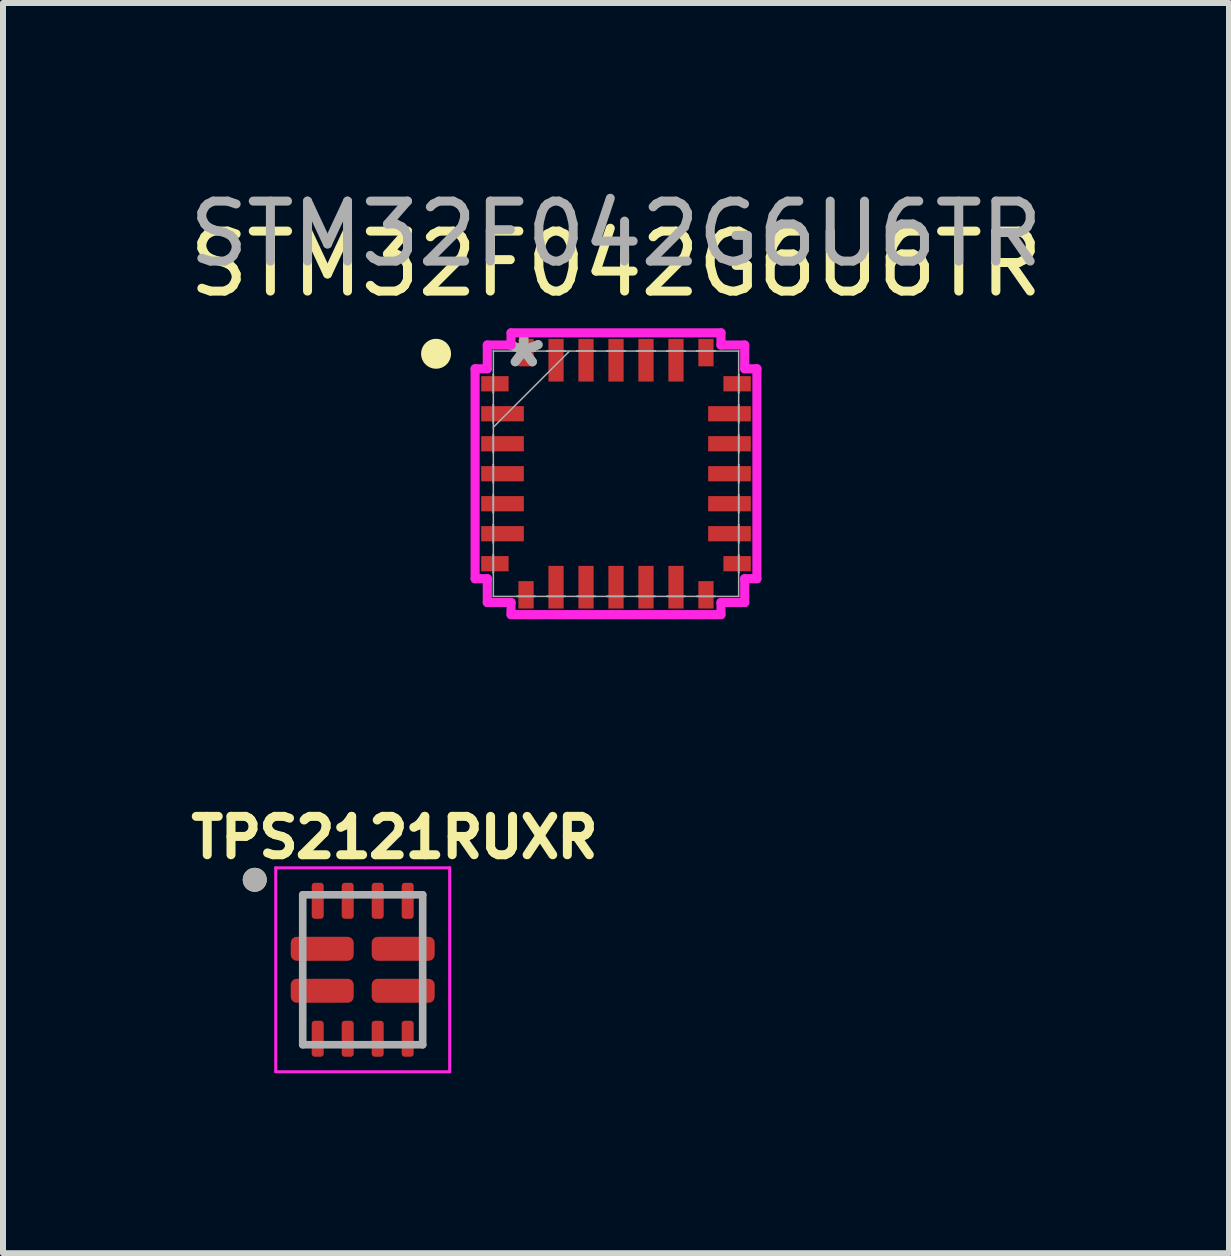
<source format=kicad_pcb>
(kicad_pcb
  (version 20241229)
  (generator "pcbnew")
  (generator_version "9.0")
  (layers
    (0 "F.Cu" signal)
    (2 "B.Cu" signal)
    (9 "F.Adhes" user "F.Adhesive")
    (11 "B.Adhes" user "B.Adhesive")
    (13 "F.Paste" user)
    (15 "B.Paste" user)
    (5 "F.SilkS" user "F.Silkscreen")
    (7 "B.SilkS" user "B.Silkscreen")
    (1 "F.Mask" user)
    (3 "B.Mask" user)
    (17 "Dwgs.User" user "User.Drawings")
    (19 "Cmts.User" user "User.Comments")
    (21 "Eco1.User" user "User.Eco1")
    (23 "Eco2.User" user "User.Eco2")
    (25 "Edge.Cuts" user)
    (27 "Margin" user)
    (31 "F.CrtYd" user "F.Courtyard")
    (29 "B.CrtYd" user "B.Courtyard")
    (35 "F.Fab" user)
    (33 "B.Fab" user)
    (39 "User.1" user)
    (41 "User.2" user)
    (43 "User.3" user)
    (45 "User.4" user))
  (footprint "STM32F042G6U6TR"
    (layer "F.Cu")
    (at 7.22 4.848)
    (property "Reference" "STM32F042G6U6TR" (at 0 -3.5 0) (unlocked yes) (layer "F.SilkS") (effects (font (size 1 1) (thickness 0.15))))
    (attr smd)
    (fp_circle (center -3 -2) (end -2.875 -2) (stroke (width 0.25) (type solid)) (fill no) (layer "F.SilkS"))
    (fp_line (start -2.349 -1.75) (end -2.146 -1.75) (stroke (width 0.152) (type solid)) (layer "F.CrtYd"))
    (fp_line (start -2.349 1.75) (end -2.349 -1.75) (stroke (width 0.152) (type solid)) (layer "F.CrtYd"))
    (fp_line (start -2.146 -2.146) (end -1.75 -2.146) (stroke (width 0.152) (type solid)) (layer "F.CrtYd"))
    (fp_line (start -2.146 -1.75) (end -2.146 -2.146) (stroke (width 0.152) (type solid)) (layer "F.CrtYd"))
    (fp_line (start -2.146 1.75) (end -2.349 1.75) (stroke (width 0.152) (type solid)) (layer "F.CrtYd"))
    (fp_line (start -2.146 2.146) (end -2.146 1.75) (stroke (width 0.152) (type solid)) (layer "F.CrtYd"))
    (fp_line (start -1.75 -2.349) (end 1.75 -2.349) (stroke (width 0.152) (type solid)) (layer "F.CrtYd"))
    (fp_line (start -1.75 -2.146) (end -1.75 -2.349) (stroke (width 0.152) (type solid)) (layer "F.CrtYd"))
    (fp_line (start -1.75 2.146) (end -2.146 2.146) (stroke (width 0.152) (type solid)) (layer "F.CrtYd"))
    (fp_line (start -1.75 2.349) (end -1.75 2.146) (stroke (width 0.152) (type solid)) (layer "F.CrtYd"))
    (fp_line (start 1.75 -2.349) (end 1.75 -2.146) (stroke (width 0.152) (type solid)) (layer "F.CrtYd"))
    (fp_line (start 1.75 -2.146) (end 2.146 -2.146) (stroke (width 0.152) (type solid)) (layer "F.CrtYd"))
    (fp_line (start 1.75 2.146) (end 1.75 2.349) (stroke (width 0.152) (type solid)) (layer "F.CrtYd"))
    (fp_line (start 1.75 2.349) (end -1.75 2.349) (stroke (width 0.152) (type solid)) (layer "F.CrtYd"))
    (fp_line (start 2.146 -2.146) (end 2.146 -1.75) (stroke (width 0.152) (type solid)) (layer "F.CrtYd"))
    (fp_line (start 2.146 -1.75) (end 2.349 -1.75) (stroke (width 0.152) (type solid)) (layer "F.CrtYd"))
    (fp_line (start 2.146 1.75) (end 2.146 2.146) (stroke (width 0.152) (type solid)) (layer "F.CrtYd"))
    (fp_line (start 2.146 2.146) (end 1.75 2.146) (stroke (width 0.152) (type solid)) (layer "F.CrtYd"))
    (fp_line (start 2.349 -1.75) (end 2.349 1.75) (stroke (width 0.152) (type solid)) (layer "F.CrtYd"))
    (fp_line (start 2.349 1.75) (end 2.146 1.75) (stroke (width 0.152) (type solid)) (layer "F.CrtYd"))
    (fp_line (start -2.045 -2.045) (end -2.045 -2.045) (stroke (width 0.025) (type solid)) (layer "F.Fab"))
    (fp_line (start -2.045 -2.045) (end -2.045 2.045) (stroke (width 0.025) (type solid)) (layer "F.Fab"))
    (fp_line (start -2.045 -1.652) (end -2.045 -1.652) (stroke (width 0.025) (type solid)) (layer "F.Fab"))
    (fp_line (start -2.045 -1.652) (end -2.045 -1.348) (stroke (width 0.025) (type solid)) (layer "F.Fab"))
    (fp_line (start -2.045 -1.348) (end -2.045 -1.652) (stroke (width 0.025) (type solid)) (layer "F.Fab"))
    (fp_line (start -2.045 -1.348) (end -2.045 -1.348) (stroke (width 0.025) (type solid)) (layer "F.Fab"))
    (fp_line (start -2.045 -1.152) (end -2.045 -1.152) (stroke (width 0.025) (type solid)) (layer "F.Fab"))
    (fp_line (start -2.045 -1.152) (end -2.045 -0.848) (stroke (width 0.025) (type solid)) (layer "F.Fab"))
    (fp_line (start -2.045 -0.848) (end -2.045 -1.152) (stroke (width 0.025) (type solid)) (layer "F.Fab"))
    (fp_line (start -2.045 -0.848) (end -2.045 -0.848) (stroke (width 0.025) (type solid)) (layer "F.Fab"))
    (fp_line (start -2.045 -0.775) (end -0.775 -2.045) (stroke (width 0.025) (type solid)) (layer "F.Fab"))
    (fp_line (start -2.045 -0.652) (end -2.045 -0.652) (stroke (width 0.025) (type solid)) (layer "F.Fab"))
    (fp_line (start -2.045 -0.652) (end -2.045 -0.348) (stroke (width 0.025) (type solid)) (layer "F.Fab"))
    (fp_line (start -2.045 -0.348) (end -2.045 -0.652) (stroke (width 0.025) (type solid)) (layer "F.Fab"))
    (fp_line (start -2.045 -0.348) (end -2.045 -0.348) (stroke (width 0.025) (type solid)) (layer "F.Fab"))
    (fp_line (start -2.045 -0.152) (end -2.045 -0.152) (stroke (width 0.025) (type solid)) (layer "F.Fab"))
    (fp_line (start -2.045 -0.152) (end -2.045 0.152) (stroke (width 0.025) (type solid)) (layer "F.Fab"))
    (fp_line (start -2.045 0.152) (end -2.045 -0.152) (stroke (width 0.025) (type solid)) (layer "F.Fab"))
    (fp_line (start -2.045 0.152) (end -2.045 0.152) (stroke (width 0.025) (type solid)) (layer "F.Fab"))
    (fp_line (start -2.045 0.348) (end -2.045 0.348) (stroke (width 0.025) (type solid)) (layer "F.Fab"))
    (fp_line (start -2.045 0.348) (end -2.045 0.652) (stroke (width 0.025) (type solid)) (layer "F.Fab"))
    (fp_line (start -2.045 0.652) (end -2.045 0.348) (stroke (width 0.025) (type solid)) (layer "F.Fab"))
    (fp_line (start -2.045 0.652) (end -2.045 0.652) (stroke (width 0.025) (type solid)) (layer "F.Fab"))
    (fp_line (start -2.045 0.848) (end -2.045 0.848) (stroke (width 0.025) (type solid)) (layer "F.Fab"))
    (fp_line (start -2.045 0.848) (end -2.045 1.152) (stroke (width 0.025) (type solid)) (layer "F.Fab"))
    (fp_line (start -2.045 1.152) (end -2.045 0.848) (stroke (width 0.025) (type solid)) (layer "F.Fab"))
    (fp_line (start -2.045 1.152) (end -2.045 1.152) (stroke (width 0.025) (type solid)) (layer "F.Fab"))
    (fp_line (start -2.045 1.348) (end -2.045 1.348) (stroke (width 0.025) (type solid)) (layer "F.Fab"))
    (fp_line (start -2.045 1.348) (end -2.045 1.652) (stroke (width 0.025) (type solid)) (layer "F.Fab"))
    (fp_line (start -2.045 1.652) (end -2.045 1.348) (stroke (width 0.025) (type solid)) (layer "F.Fab"))
    (fp_line (start -2.045 1.652) (end -2.045 1.652) (stroke (width 0.025) (type solid)) (layer "F.Fab"))
    (fp_line (start -2.045 2.045) (end -2.045 2.045) (stroke (width 0.025) (type solid)) (layer "F.Fab"))
    (fp_line (start -2.045 2.045) (end 2.045 2.045) (stroke (width 0.025) (type solid)) (layer "F.Fab"))
    (fp_line (start -1.652 -2.045) (end -1.652 -2.045) (stroke (width 0.025) (type solid)) (layer "F.Fab"))
    (fp_line (start -1.652 -2.045) (end -1.348 -2.045) (stroke (width 0.025) (type solid)) (layer "F.Fab"))
    (fp_line (start -1.652 2.045) (end -1.652 2.045) (stroke (width 0.025) (type solid)) (layer "F.Fab"))
    (fp_line (start -1.652 2.045) (end -1.348 2.045) (stroke (width 0.025) (type solid)) (layer "F.Fab"))
    (fp_line (start -1.348 -2.045) (end -1.652 -2.045) (stroke (width 0.025) (type solid)) (layer "F.Fab"))
    (fp_line (start -1.348 -2.045) (end -1.348 -2.045) (stroke (width 0.025) (type solid)) (layer "F.Fab"))
    (fp_line (start -1.348 2.045) (end -1.652 2.045) (stroke (width 0.025) (type solid)) (layer "F.Fab"))
    (fp_line (start -1.348 2.045) (end -1.348 2.045) (stroke (width 0.025) (type solid)) (layer "F.Fab"))
    (fp_line (start -1.152 -2.045) (end -1.152 -2.045) (stroke (width 0.025) (type solid)) (layer "F.Fab"))
    (fp_line (start -1.152 -2.045) (end -0.848 -2.045) (stroke (width 0.025) (type solid)) (layer "F.Fab"))
    (fp_line (start -1.152 2.045) (end -1.152 2.045) (stroke (width 0.025) (type solid)) (layer "F.Fab"))
    (fp_line (start -1.152 2.045) (end -0.848 2.045) (stroke (width 0.025) (type solid)) (layer "F.Fab"))
    (fp_line (start -0.848 -2.045) (end -1.152 -2.045) (stroke (width 0.025) (type solid)) (layer "F.Fab"))
    (fp_line (start -0.848 -2.045) (end -0.848 -2.045) (stroke (width 0.025) (type solid)) (layer "F.Fab"))
    (fp_line (start -0.848 2.045) (end -1.152 2.045) (stroke (width 0.025) (type solid)) (layer "F.Fab"))
    (fp_line (start -0.848 2.045) (end -0.848 2.045) (stroke (width 0.025) (type solid)) (layer "F.Fab"))
    (fp_line (start -0.652 -2.045) (end -0.652 -2.045) (stroke (width 0.025) (type solid)) (layer "F.Fab"))
    (fp_line (start -0.652 -2.045) (end -0.348 -2.045) (stroke (width 0.025) (type solid)) (layer "F.Fab"))
    (fp_line (start -0.652 2.045) (end -0.652 2.045) (stroke (width 0.025) (type solid)) (layer "F.Fab"))
    (fp_line (start -0.652 2.045) (end -0.348 2.045) (stroke (width 0.025) (type solid)) (layer "F.Fab"))
    (fp_line (start -0.348 -2.045) (end -0.652 -2.045) (stroke (width 0.025) (type solid)) (layer "F.Fab"))
    (fp_line (start -0.348 -2.045) (end -0.348 -2.045) (stroke (width 0.025) (type solid)) (layer "F.Fab"))
    (fp_line (start -0.348 2.045) (end -0.652 2.045) (stroke (width 0.025) (type solid)) (layer "F.Fab"))
    (fp_line (start -0.348 2.045) (end -0.348 2.045) (stroke (width 0.025) (type solid)) (layer "F.Fab"))
    (fp_line (start -0.152 -2.045) (end -0.152 -2.045) (stroke (width 0.025) (type solid)) (layer "F.Fab"))
    (fp_line (start -0.152 -2.045) (end 0.152 -2.045) (stroke (width 0.025) (type solid)) (layer "F.Fab"))
    (fp_line (start -0.152 2.045) (end -0.152 2.045) (stroke (width 0.025) (type solid)) (layer "F.Fab"))
    (fp_line (start -0.152 2.045) (end 0.152 2.045) (stroke (width 0.025) (type solid)) (layer "F.Fab"))
    (fp_line (start 0.152 -2.045) (end -0.152 -2.045) (stroke (width 0.025) (type solid)) (layer "F.Fab"))
    (fp_line (start 0.152 -2.045) (end 0.152 -2.045) (stroke (width 0.025) (type solid)) (layer "F.Fab"))
    (fp_line (start 0.152 2.045) (end -0.152 2.045) (stroke (width 0.025) (type solid)) (layer "F.Fab"))
    (fp_line (start 0.152 2.045) (end 0.152 2.045) (stroke (width 0.025) (type solid)) (layer "F.Fab"))
    (fp_line (start 0.348 -2.045) (end 0.348 -2.045) (stroke (width 0.025) (type solid)) (layer "F.Fab"))
    (fp_line (start 0.348 -2.045) (end 0.652 -2.045) (stroke (width 0.025) (type solid)) (layer "F.Fab"))
    (fp_line (start 0.348 2.045) (end 0.348 2.045) (stroke (width 0.025) (type solid)) (layer "F.Fab"))
    (fp_line (start 0.348 2.045) (end 0.652 2.045) (stroke (width 0.025) (type solid)) (layer "F.Fab"))
    (fp_line (start 0.652 -2.045) (end 0.348 -2.045) (stroke (width 0.025) (type solid)) (layer "F.Fab"))
    (fp_line (start 0.652 -2.045) (end 0.652 -2.045) (stroke (width 0.025) (type solid)) (layer "F.Fab"))
    (fp_line (start 0.652 2.045) (end 0.348 2.045) (stroke (width 0.025) (type solid)) (layer "F.Fab"))
    (fp_line (start 0.652 2.045) (end 0.652 2.045) (stroke (width 0.025) (type solid)) (layer "F.Fab"))
    (fp_line (start 0.848 -2.045) (end 0.848 -2.045) (stroke (width 0.025) (type solid)) (layer "F.Fab"))
    (fp_line (start 0.848 -2.045) (end 1.152 -2.045) (stroke (width 0.025) (type solid)) (layer "F.Fab"))
    (fp_line (start 0.848 2.045) (end 0.848 2.045) (stroke (width 0.025) (type solid)) (layer "F.Fab"))
    (fp_line (start 0.848 2.045) (end 1.152 2.045) (stroke (width 0.025) (type solid)) (layer "F.Fab"))
    (fp_line (start 1.152 -2.045) (end 0.848 -2.045) (stroke (width 0.025) (type solid)) (layer "F.Fab"))
    (fp_line (start 1.152 -2.045) (end 1.152 -2.045) (stroke (width 0.025) (type solid)) (layer "F.Fab"))
    (fp_line (start 1.152 2.045) (end 0.848 2.045) (stroke (width 0.025) (type solid)) (layer "F.Fab"))
    (fp_line (start 1.152 2.045) (end 1.152 2.045) (stroke (width 0.025) (type solid)) (layer "F.Fab"))
    (fp_line (start 1.348 -2.045) (end 1.348 -2.045) (stroke (width 0.025) (type solid)) (layer "F.Fab"))
    (fp_line (start 1.348 -2.045) (end 1.652 -2.045) (stroke (width 0.025) (type solid)) (layer "F.Fab"))
    (fp_line (start 1.348 2.045) (end 1.348 2.045) (stroke (width 0.025) (type solid)) (layer "F.Fab"))
    (fp_line (start 1.348 2.045) (end 1.652 2.045) (stroke (width 0.025) (type solid)) (layer "F.Fab"))
    (fp_line (start 1.652 -2.045) (end 1.348 -2.045) (stroke (width 0.025) (type solid)) (layer "F.Fab"))
    (fp_line (start 1.652 -2.045) (end 1.652 -2.045) (stroke (width 0.025) (type solid)) (layer "F.Fab"))
    (fp_line (start 1.652 2.045) (end 1.348 2.045) (stroke (width 0.025) (type solid)) (layer "F.Fab"))
    (fp_line (start 1.652 2.045) (end 1.652 2.045) (stroke (width 0.025) (type solid)) (layer "F.Fab"))
    (fp_line (start 2.045 -2.045) (end -2.045 -2.045) (stroke (width 0.025) (type solid)) (layer "F.Fab"))
    (fp_line (start 2.045 -2.045) (end 2.045 -2.045) (stroke (width 0.025) (type solid)) (layer "F.Fab"))
    (fp_line (start 2.045 -1.652) (end 2.045 -1.652) (stroke (width 0.025) (type solid)) (layer "F.Fab"))
    (fp_line (start 2.045 -1.652) (end 2.045 -1.348) (stroke (width 0.025) (type solid)) (layer "F.Fab"))
    (fp_line (start 2.045 -1.348) (end 2.045 -1.652) (stroke (width 0.025) (type solid)) (layer "F.Fab"))
    (fp_line (start 2.045 -1.348) (end 2.045 -1.348) (stroke (width 0.025) (type solid)) (layer "F.Fab"))
    (fp_line (start 2.045 -1.152) (end 2.045 -1.152) (stroke (width 0.025) (type solid)) (layer "F.Fab"))
    (fp_line (start 2.045 -1.152) (end 2.045 -0.848) (stroke (width 0.025) (type solid)) (layer "F.Fab"))
    (fp_line (start 2.045 -0.848) (end 2.045 -1.152) (stroke (width 0.025) (type solid)) (layer "F.Fab"))
    (fp_line (start 2.045 -0.848) (end 2.045 -0.848) (stroke (width 0.025) (type solid)) (layer "F.Fab"))
    (fp_line (start 2.045 -0.652) (end 2.045 -0.652) (stroke (width 0.025) (type solid)) (layer "F.Fab"))
    (fp_line (start 2.045 -0.652) (end 2.045 -0.348) (stroke (width 0.025) (type solid)) (layer "F.Fab"))
    (fp_line (start 2.045 -0.348) (end 2.045 -0.652) (stroke (width 0.025) (type solid)) (layer "F.Fab"))
    (fp_line (start 2.045 -0.348) (end 2.045 -0.348) (stroke (width 0.025) (type solid)) (layer "F.Fab"))
    (fp_line (start 2.045 -0.152) (end 2.045 -0.152) (stroke (width 0.025) (type solid)) (layer "F.Fab"))
    (fp_line (start 2.045 -0.152) (end 2.045 0.152) (stroke (width 0.025) (type solid)) (layer "F.Fab"))
    (fp_line (start 2.045 0.152) (end 2.045 -0.152) (stroke (width 0.025) (type solid)) (layer "F.Fab"))
    (fp_line (start 2.045 0.152) (end 2.045 0.152) (stroke (width 0.025) (type solid)) (layer "F.Fab"))
    (fp_line (start 2.045 0.348) (end 2.045 0.348) (stroke (width 0.025) (type solid)) (layer "F.Fab"))
    (fp_line (start 2.045 0.348) (end 2.045 0.652) (stroke (width 0.025) (type solid)) (layer "F.Fab"))
    (fp_line (start 2.045 0.652) (end 2.045 0.348) (stroke (width 0.025) (type solid)) (layer "F.Fab"))
    (fp_line (start 2.045 0.652) (end 2.045 0.652) (stroke (width 0.025) (type solid)) (layer "F.Fab"))
    (fp_line (start 2.045 0.848) (end 2.045 0.848) (stroke (width 0.025) (type solid)) (layer "F.Fab"))
    (fp_line (start 2.045 0.848) (end 2.045 1.152) (stroke (width 0.025) (type solid)) (layer "F.Fab"))
    (fp_line (start 2.045 1.152) (end 2.045 0.848) (stroke (width 0.025) (type solid)) (layer "F.Fab"))
    (fp_line (start 2.045 1.152) (end 2.045 1.152) (stroke (width 0.025) (type solid)) (layer "F.Fab"))
    (fp_line (start 2.045 1.348) (end 2.045 1.348) (stroke (width 0.025) (type solid)) (layer "F.Fab"))
    (fp_line (start 2.045 1.348) (end 2.045 1.652) (stroke (width 0.025) (type solid)) (layer "F.Fab"))
    (fp_line (start 2.045 1.652) (end 2.045 1.348) (stroke (width 0.025) (type solid)) (layer "F.Fab"))
    (fp_line (start 2.045 1.652) (end 2.045 1.652) (stroke (width 0.025) (type solid)) (layer "F.Fab"))
    (fp_line (start 2.045 2.045) (end 2.045 -2.045) (stroke (width 0.025) (type solid)) (layer "F.Fab"))
    (fp_line (start 2.045 2.045) (end 2.045 2.045) (stroke (width 0.025) (type solid)) (layer "F.Fab"))
    (fp_text user "*" (at -1.537 -1.75 0) (unlocked yes) (layer "F.Fab") (effects (font (size 1 1) (thickness 0.15))))
    (fp_text user "${REFERENCE}" (at 0 -4 0) (unlocked yes) (layer "F.Fab") (effects (font (size 1 1) (thickness 0.15))))
    (fp_text user "*" (at -1.537 -1.75 0) (layer "F.Fab") (effects (font (size 1 1) (thickness 0.15))))
    (pad "1" smd rect (at -2.019 -1.5 90) (size 0.254 0.457) (layers "F.Cu" "F.Mask" "F.Paste"))
    (pad "2" smd rect (at -1.892 -1 90) (size 0.254 0.711) (layers "F.Cu" "F.Mask" "F.Paste"))
    (pad "3" smd rect (at -1.892 -0.5 90) (size 0.254 0.711) (layers "F.Cu" "F.Mask" "F.Paste"))
    (pad "4" smd rect (at -1.892 0 90) (size 0.254 0.711) (layers "F.Cu" "F.Mask" "F.Paste"))
    (pad "5" smd rect (at -1.892 0.5 90) (size 0.254 0.711) (layers "F.Cu" "F.Mask" "F.Paste"))
    (pad "6" smd rect (at -1.892 1 90) (size 0.254 0.711) (layers "F.Cu" "F.Mask" "F.Paste"))
    (pad "7" smd rect (at -2.019 1.5 90) (size 0.254 0.457) (layers "F.Cu" "F.Mask" "F.Paste"))
    (pad "8" smd rect (at -1.5 2.019) (size 0.254 0.457) (layers "F.Cu" "F.Mask" "F.Paste"))
    (pad "9" smd rect (at -1 1.892) (size 0.254 0.711) (layers "F.Cu" "F.Mask" "F.Paste"))
    (pad "10" smd rect (at -0.5 1.892) (size 0.254 0.711) (layers "F.Cu" "F.Mask" "F.Paste"))
    (pad "11" smd rect (at 0 1.892) (size 0.254 0.711) (layers "F.Cu" "F.Mask" "F.Paste"))
    (pad "12" smd rect (at 0.5 1.892) (size 0.254 0.711) (layers "F.Cu" "F.Mask" "F.Paste"))
    (pad "13" smd rect (at 1 1.892) (size 0.254 0.711) (layers "F.Cu" "F.Mask" "F.Paste"))
    (pad "14" smd rect (at 1.5 2.019) (size 0.254 0.457) (layers "F.Cu" "F.Mask" "F.Paste"))
    (pad "15" smd rect (at 2.019 1.5 90) (size 0.254 0.457) (layers "F.Cu" "F.Mask" "F.Paste"))
    (pad "16" smd rect (at 1.892 1 90) (size 0.254 0.711) (layers "F.Cu" "F.Mask" "F.Paste"))
    (pad "17" smd rect (at 1.892 0.5 90) (size 0.254 0.711) (layers "F.Cu" "F.Mask" "F.Paste"))
    (pad "18" smd rect (at 1.892 0 90) (size 0.254 0.711) (layers "F.Cu" "F.Mask" "F.Paste"))
    (pad "19" smd rect (at 1.892 -0.5 90) (size 0.254 0.711) (layers "F.Cu" "F.Mask" "F.Paste"))
    (pad "20" smd rect (at 1.892 -1 90) (size 0.254 0.711) (layers "F.Cu" "F.Mask" "F.Paste"))
    (pad "21" smd rect (at 2.019 -1.5 90) (size 0.254 0.457) (layers "F.Cu" "F.Mask" "F.Paste"))
    (pad "22" smd rect (at 1.5 -2.019) (size 0.254 0.457) (layers "F.Cu" "F.Mask" "F.Paste"))
    (pad "23" smd rect (at 1 -1.892) (size 0.254 0.711) (layers "F.Cu" "F.Mask" "F.Paste"))
    (pad "24" smd rect (at 0.5 -1.892) (size 0.254 0.711) (layers "F.Cu" "F.Mask" "F.Paste"))
    (pad "25" smd rect (at 0 -1.892) (size 0.254 0.711) (layers "F.Cu" "F.Mask" "F.Paste"))
    (pad "26" smd rect (at -0.5 -1.892) (size 0.254 0.711) (layers "F.Cu" "F.Mask" "F.Paste"))
    (pad "27" smd rect (at -1 -1.892) (size 0.254 0.711) (layers "F.Cu" "F.Mask" "F.Paste"))
    (pad "28" smd rect (at -1.5 -2.019) (size 0.254 0.457) (layers "F.Cu" "F.Mask" "F.Paste")))
  (footprint "TPS2121RUXR"
    (layer "F.Cu")
    (at 2.997 13.118)
    (property "Reference" "TPS2121RUXR" (at 0.532 -2.206 0) (layer "F.SilkS") (effects (font (size 0.64 0.64) (thickness 0.15))))
    (attr smd)
    (fp_poly (pts (xy -1.25 -0.6) (xy -0.1 -0.6) (xy -0.1 -0.1) (xy -1.25 -0.1)) (stroke (width 0.01) (type solid)) (fill yes) (layer "F.Mask"))
    (fp_poly (pts (xy -1.25 0.1) (xy -0.1 0.1) (xy -0.1 0.6) (xy -1.25 0.6)) (stroke (width 0.01) (type solid)) (fill yes) (layer "F.Mask"))
    (fp_poly (pts (xy -0.9 -1.5) (xy -0.6 -1.5) (xy -0.6 -0.8) (xy -0.9 -0.8)) (stroke (width 0.01) (type solid)) (fill yes) (layer "F.Mask"))
    (fp_poly (pts (xy -0.9 0.8) (xy -0.6 0.8) (xy -0.6 1.5) (xy -0.9 1.5)) (stroke (width 0.01) (type solid)) (fill yes) (layer "F.Mask"))
    (fp_poly (pts (xy -0.4 -1.5) (xy -0.1 -1.5) (xy -0.1 -0.8) (xy -0.4 -0.8)) (stroke (width 0.01) (type solid)) (fill yes) (layer "F.Mask"))
    (fp_poly (pts (xy -0.4 0.8) (xy -0.1 0.8) (xy -0.1 1.5) (xy -0.4 1.5)) (stroke (width 0.01) (type solid)) (fill yes) (layer "F.Mask"))
    (fp_poly (pts (xy 0.1 -1.5) (xy 0.4 -1.5) (xy 0.4 -0.8) (xy 0.1 -0.8)) (stroke (width 0.01) (type solid)) (fill yes) (layer "F.Mask"))
    (fp_poly (pts (xy 0.1 -0.6) (xy 1.25 -0.6) (xy 1.25 -0.1) (xy 0.1 -0.1)) (stroke (width 0.01) (type solid)) (fill yes) (layer "F.Mask"))
    (fp_poly (pts (xy 0.1 0.1) (xy 1.25 0.1) (xy 1.25 0.6) (xy 0.1 0.6)) (stroke (width 0.01) (type solid)) (fill yes) (layer "F.Mask"))
    (fp_poly (pts (xy 0.1 0.8) (xy 0.4 0.8) (xy 0.4 1.5) (xy 0.1 1.5)) (stroke (width 0.01) (type solid)) (fill yes) (layer "F.Mask"))
    (fp_poly (pts (xy 0.6 -1.5) (xy 0.9 -1.5) (xy 0.9 -0.8) (xy 0.6 -0.8)) (stroke (width 0.01) (type solid)) (fill yes) (layer "F.Mask"))
    (fp_poly (pts (xy 0.6 0.8) (xy 0.9 0.8) (xy 0.9 1.5) (xy 0.6 1.5)) (stroke (width 0.01) (type solid)) (fill yes) (layer "F.Mask"))
    (fp_circle (center -1.8 -1.5) (end -1.7 -1.5) (stroke (width 0.2) (type solid)) (fill no) (layer "F.SilkS"))
    (fp_line (start -1.45 -1.7) (end 1.45 -1.7) (stroke (width 0.05) (type solid)) (layer "F.CrtYd"))
    (fp_line (start -1.45 1.7) (end -1.45 -1.7) (stroke (width 0.05) (type solid)) (layer "F.CrtYd"))
    (fp_line (start 1.45 -1.7) (end 1.45 1.7) (stroke (width 0.05) (type solid)) (layer "F.CrtYd"))
    (fp_line (start 1.45 1.7) (end -1.45 1.7) (stroke (width 0.05) (type solid)) (layer "F.CrtYd"))
    (fp_line (start -1 -1.25) (end 1 -1.25) (stroke (width 0.127) (type solid)) (layer "F.Fab"))
    (fp_line (start -1 1.25) (end -1 -1.25) (stroke (width 0.127) (type solid)) (layer "F.Fab"))
    (fp_line (start 1 -1.25) (end 1 1.25) (stroke (width 0.127) (type solid)) (layer "F.Fab"))
    (fp_line (start 1 1.25) (end -1 1.25) (stroke (width 0.127) (type solid)) (layer "F.Fab"))
    (fp_circle (center -1.8 -1.5) (end -1.7 -1.5) (stroke (width 0.2) (type solid)) (fill no) (layer "F.Fab"))
    (pad "1" smd roundrect (at -0.675 -0.35) (size 1.05 0.4) (layers "F.Cu" "F.Paste") (roundrect_rratio 0.25))
    (pad "2" smd roundrect (at -0.675 0.35) (size 1.05 0.4) (layers "F.Cu" "F.Paste") (roundrect_rratio 0.25))
    (pad "3" smd roundrect (at -0.75 1.15) (size 0.2 0.6) (layers "F.Cu" "F.Paste") (roundrect_rratio 0.25))
    (pad "4" smd roundrect (at -0.25 1.15) (size 0.2 0.6) (layers "F.Cu" "F.Paste") (roundrect_rratio 0.25))
    (pad "5" smd roundrect (at 0.25 1.15) (size 0.2 0.6) (layers "F.Cu" "F.Paste") (roundrect_rratio 0.25))
    (pad "6" smd roundrect (at 0.75 1.15) (size 0.2 0.6) (layers "F.Cu" "F.Paste") (roundrect_rratio 0.25))
    (pad "7" smd roundrect (at 0.675 0.35) (size 1.05 0.4) (layers "F.Cu" "F.Paste") (roundrect_rratio 0.25))
    (pad "8" smd roundrect (at 0.675 -0.35) (size 1.05 0.4) (layers "F.Cu" "F.Paste") (roundrect_rratio 0.25))
    (pad "9" smd roundrect (at 0.75 -1.15) (size 0.2 0.6) (layers "F.Cu" "F.Paste") (roundrect_rratio 0.25))
    (pad "10" smd roundrect (at 0.25 -1.15) (size 0.2 0.6) (layers "F.Cu" "F.Paste") (roundrect_rratio 0.25))
    (pad "11" smd roundrect (at -0.25 -1.15) (size 0.2 0.6) (layers "F.Cu" "F.Paste") (roundrect_rratio 0.25))
    (pad "12" smd roundrect (at -0.75 -1.15) (size 0.2 0.6) (layers "F.Cu" "F.Paste") (roundrect_rratio 0.25)))
  (gr_rect
    (start -3 -3)
    (end 17.44 17.843)
    (stroke (width 0.1) (type default))
    (fill no)
    (layer "Edge.Cuts")))
</source>
